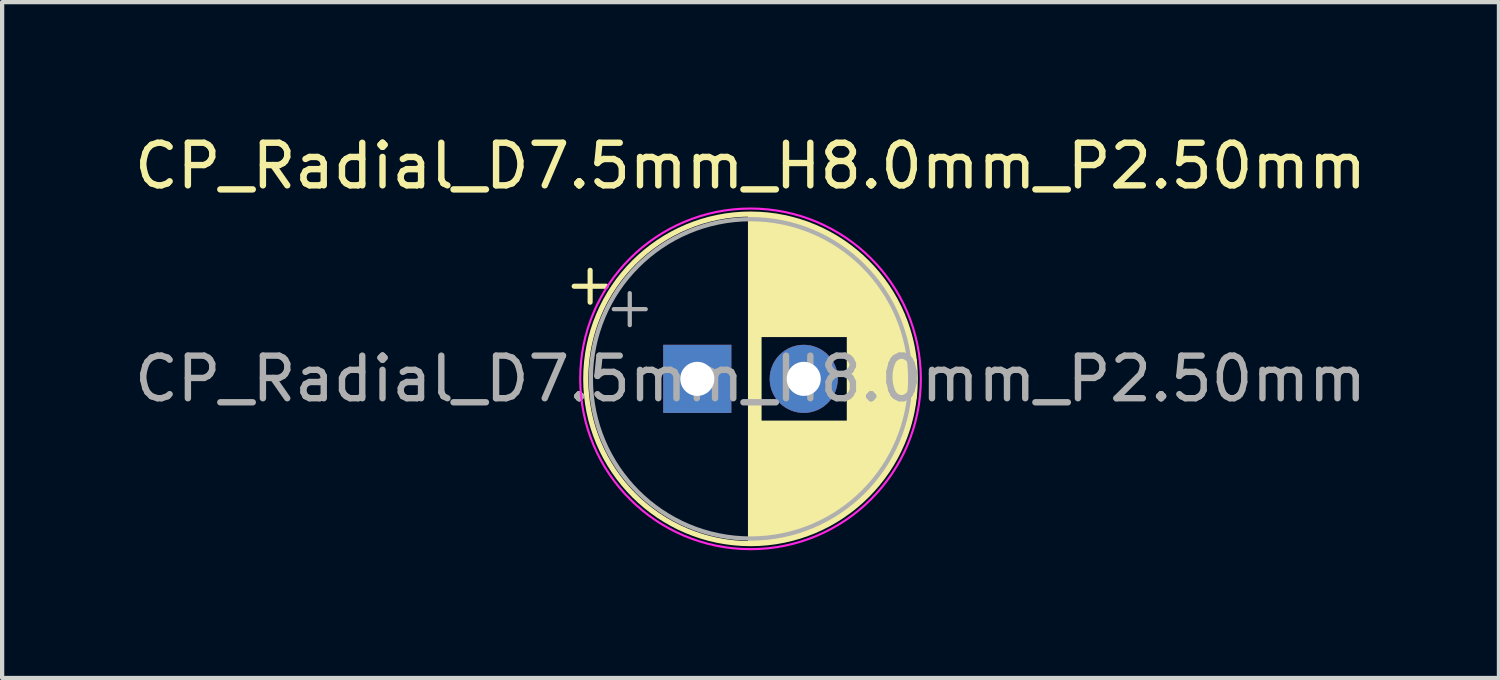
<source format=kicad_pcb>
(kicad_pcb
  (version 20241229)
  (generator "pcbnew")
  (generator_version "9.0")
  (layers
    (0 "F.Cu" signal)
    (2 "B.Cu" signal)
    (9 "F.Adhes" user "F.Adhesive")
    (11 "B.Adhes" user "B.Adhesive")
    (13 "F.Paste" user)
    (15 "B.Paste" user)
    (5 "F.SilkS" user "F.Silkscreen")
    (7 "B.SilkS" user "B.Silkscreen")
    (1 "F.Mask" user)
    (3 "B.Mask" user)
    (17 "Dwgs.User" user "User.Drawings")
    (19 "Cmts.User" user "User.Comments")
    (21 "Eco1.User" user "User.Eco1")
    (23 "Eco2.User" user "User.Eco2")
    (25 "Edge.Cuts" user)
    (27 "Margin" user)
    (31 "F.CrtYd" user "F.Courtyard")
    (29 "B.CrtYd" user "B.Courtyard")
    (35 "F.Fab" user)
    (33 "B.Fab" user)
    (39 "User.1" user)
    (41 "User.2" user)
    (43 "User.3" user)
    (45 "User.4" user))
  (footprint "CP_Radial_D7.5mm_H8.0mm_P2.50mm"
    (layer "F.Cu")
    (at 13.327 5.848)
    (property "Reference" "CP_Radial_D7.5mm_H8.0mm_P2.50mm" (at 1.25 -5 0) (layer "F.SilkS") (effects (font (size 1 1) (thickness 0.15))))
    (attr through_hole)
    (fp_line (start -2.892 -2.175) (end -2.142 -2.175) (stroke (width 0.12) (type solid)) (layer "F.SilkS"))
    (fp_line (start -2.517 -2.55) (end -2.517 -1.8) (stroke (width 0.12) (type solid)) (layer "F.SilkS"))
    (fp_line (start 1.25 -3.83) (end 1.25 3.83) (stroke (width 0.12) (type solid)) (layer "F.SilkS"))
    (fp_line (start 1.29 -3.83) (end 1.29 3.83) (stroke (width 0.12) (type solid)) (layer "F.SilkS"))
    (fp_line (start 1.33 -3.83) (end 1.33 3.83) (stroke (width 0.12) (type solid)) (layer "F.SilkS"))
    (fp_line (start 1.37 -3.829) (end 1.37 3.829) (stroke (width 0.12) (type solid)) (layer "F.SilkS"))
    (fp_line (start 1.41 -3.827) (end 1.41 3.827) (stroke (width 0.12) (type solid)) (layer "F.SilkS"))
    (fp_line (start 1.45 -3.825) (end 1.45 3.825) (stroke (width 0.12) (type solid)) (layer "F.SilkS"))
    (fp_line (start 1.49 -3.823) (end 1.49 -1.04) (stroke (width 0.12) (type solid)) (layer "F.SilkS"))
    (fp_line (start 1.49 1.04) (end 1.49 3.823) (stroke (width 0.12) (type solid)) (layer "F.SilkS"))
    (fp_line (start 1.53 -3.82) (end 1.53 -1.04) (stroke (width 0.12) (type solid)) (layer "F.SilkS"))
    (fp_line (start 1.53 1.04) (end 1.53 3.82) (stroke (width 0.12) (type solid)) (layer "F.SilkS"))
    (fp_line (start 1.57 -3.817) (end 1.57 -1.04) (stroke (width 0.12) (type solid)) (layer "F.SilkS"))
    (fp_line (start 1.57 1.04) (end 1.57 3.817) (stroke (width 0.12) (type solid)) (layer "F.SilkS"))
    (fp_line (start 1.61 -3.814) (end 1.61 -1.04) (stroke (width 0.12) (type solid)) (layer "F.SilkS"))
    (fp_line (start 1.61 1.04) (end 1.61 3.814) (stroke (width 0.12) (type solid)) (layer "F.SilkS"))
    (fp_line (start 1.65 -3.81) (end 1.65 -1.04) (stroke (width 0.12) (type solid)) (layer "F.SilkS"))
    (fp_line (start 1.65 1.04) (end 1.65 3.81) (stroke (width 0.12) (type solid)) (layer "F.SilkS"))
    (fp_line (start 1.69 -3.805) (end 1.69 -1.04) (stroke (width 0.12) (type solid)) (layer "F.SilkS"))
    (fp_line (start 1.69 1.04) (end 1.69 3.805) (stroke (width 0.12) (type solid)) (layer "F.SilkS"))
    (fp_line (start 1.73 -3.801) (end 1.73 -1.04) (stroke (width 0.12) (type solid)) (layer "F.SilkS"))
    (fp_line (start 1.73 1.04) (end 1.73 3.801) (stroke (width 0.12) (type solid)) (layer "F.SilkS"))
    (fp_line (start 1.77 -3.795) (end 1.77 -1.04) (stroke (width 0.12) (type solid)) (layer "F.SilkS"))
    (fp_line (start 1.77 1.04) (end 1.77 3.795) (stroke (width 0.12) (type solid)) (layer "F.SilkS"))
    (fp_line (start 1.81 -3.79) (end 1.81 -1.04) (stroke (width 0.12) (type solid)) (layer "F.SilkS"))
    (fp_line (start 1.81 1.04) (end 1.81 3.79) (stroke (width 0.12) (type solid)) (layer "F.SilkS"))
    (fp_line (start 1.85 -3.784) (end 1.85 -1.04) (stroke (width 0.12) (type solid)) (layer "F.SilkS"))
    (fp_line (start 1.85 1.04) (end 1.85 3.784) (stroke (width 0.12) (type solid)) (layer "F.SilkS"))
    (fp_line (start 1.89 -3.777) (end 1.89 -1.04) (stroke (width 0.12) (type solid)) (layer "F.SilkS"))
    (fp_line (start 1.89 1.04) (end 1.89 3.777) (stroke (width 0.12) (type solid)) (layer "F.SilkS"))
    (fp_line (start 1.93 -3.77) (end 1.93 -1.04) (stroke (width 0.12) (type solid)) (layer "F.SilkS"))
    (fp_line (start 1.93 1.04) (end 1.93 3.77) (stroke (width 0.12) (type solid)) (layer "F.SilkS"))
    (fp_line (start 1.971 -3.763) (end 1.971 -1.04) (stroke (width 0.12) (type solid)) (layer "F.SilkS"))
    (fp_line (start 1.971 1.04) (end 1.971 3.763) (stroke (width 0.12) (type solid)) (layer "F.SilkS"))
    (fp_line (start 2.011 -3.755) (end 2.011 -1.04) (stroke (width 0.12) (type solid)) (layer "F.SilkS"))
    (fp_line (start 2.011 1.04) (end 2.011 3.755) (stroke (width 0.12) (type solid)) (layer "F.SilkS"))
    (fp_line (start 2.051 -3.747) (end 2.051 -1.04) (stroke (width 0.12) (type solid)) (layer "F.SilkS"))
    (fp_line (start 2.051 1.04) (end 2.051 3.747) (stroke (width 0.12) (type solid)) (layer "F.SilkS"))
    (fp_line (start 2.091 -3.738) (end 2.091 -1.04) (stroke (width 0.12) (type solid)) (layer "F.SilkS"))
    (fp_line (start 2.091 1.04) (end 2.091 3.738) (stroke (width 0.12) (type solid)) (layer "F.SilkS"))
    (fp_line (start 2.131 -3.729) (end 2.131 -1.04) (stroke (width 0.12) (type solid)) (layer "F.SilkS"))
    (fp_line (start 2.131 1.04) (end 2.131 3.729) (stroke (width 0.12) (type solid)) (layer "F.SilkS"))
    (fp_line (start 2.171 -3.72) (end 2.171 -1.04) (stroke (width 0.12) (type solid)) (layer "F.SilkS"))
    (fp_line (start 2.171 1.04) (end 2.171 3.72) (stroke (width 0.12) (type solid)) (layer "F.SilkS"))
    (fp_line (start 2.211 -3.71) (end 2.211 -1.04) (stroke (width 0.12) (type solid)) (layer "F.SilkS"))
    (fp_line (start 2.211 1.04) (end 2.211 3.71) (stroke (width 0.12) (type solid)) (layer "F.SilkS"))
    (fp_line (start 2.251 -3.699) (end 2.251 -1.04) (stroke (width 0.12) (type solid)) (layer "F.SilkS"))
    (fp_line (start 2.251 1.04) (end 2.251 3.699) (stroke (width 0.12) (type solid)) (layer "F.SilkS"))
    (fp_line (start 2.291 -3.688) (end 2.291 -1.04) (stroke (width 0.12) (type solid)) (layer "F.SilkS"))
    (fp_line (start 2.291 1.04) (end 2.291 3.688) (stroke (width 0.12) (type solid)) (layer "F.SilkS"))
    (fp_line (start 2.331 -3.677) (end 2.331 -1.04) (stroke (width 0.12) (type solid)) (layer "F.SilkS"))
    (fp_line (start 2.331 1.04) (end 2.331 3.677) (stroke (width 0.12) (type solid)) (layer "F.SilkS"))
    (fp_line (start 2.371 -3.665) (end 2.371 -1.04) (stroke (width 0.12) (type solid)) (layer "F.SilkS"))
    (fp_line (start 2.371 1.04) (end 2.371 3.665) (stroke (width 0.12) (type solid)) (layer "F.SilkS"))
    (fp_line (start 2.411 -3.653) (end 2.411 -1.04) (stroke (width 0.12) (type solid)) (layer "F.SilkS"))
    (fp_line (start 2.411 1.04) (end 2.411 3.653) (stroke (width 0.12) (type solid)) (layer "F.SilkS"))
    (fp_line (start 2.451 -3.64) (end 2.451 -1.04) (stroke (width 0.12) (type solid)) (layer "F.SilkS"))
    (fp_line (start 2.451 1.04) (end 2.451 3.64) (stroke (width 0.12) (type solid)) (layer "F.SilkS"))
    (fp_line (start 2.491 -3.626) (end 2.491 -1.04) (stroke (width 0.12) (type solid)) (layer "F.SilkS"))
    (fp_line (start 2.491 1.04) (end 2.491 3.626) (stroke (width 0.12) (type solid)) (layer "F.SilkS"))
    (fp_line (start 2.531 -3.613) (end 2.531 -1.04) (stroke (width 0.12) (type solid)) (layer "F.SilkS"))
    (fp_line (start 2.531 1.04) (end 2.531 3.613) (stroke (width 0.12) (type solid)) (layer "F.SilkS"))
    (fp_line (start 2.571 -3.598) (end 2.571 -1.04) (stroke (width 0.12) (type solid)) (layer "F.SilkS"))
    (fp_line (start 2.571 1.04) (end 2.571 3.598) (stroke (width 0.12) (type solid)) (layer "F.SilkS"))
    (fp_line (start 2.611 -3.584) (end 2.611 -1.04) (stroke (width 0.12) (type solid)) (layer "F.SilkS"))
    (fp_line (start 2.611 1.04) (end 2.611 3.584) (stroke (width 0.12) (type solid)) (layer "F.SilkS"))
    (fp_line (start 2.651 -3.568) (end 2.651 -1.04) (stroke (width 0.12) (type solid)) (layer "F.SilkS"))
    (fp_line (start 2.651 1.04) (end 2.651 3.568) (stroke (width 0.12) (type solid)) (layer "F.SilkS"))
    (fp_line (start 2.691 -3.553) (end 2.691 -1.04) (stroke (width 0.12) (type solid)) (layer "F.SilkS"))
    (fp_line (start 2.691 1.04) (end 2.691 3.553) (stroke (width 0.12) (type solid)) (layer "F.SilkS"))
    (fp_line (start 2.731 -3.536) (end 2.731 -1.04) (stroke (width 0.12) (type solid)) (layer "F.SilkS"))
    (fp_line (start 2.731 1.04) (end 2.731 3.536) (stroke (width 0.12) (type solid)) (layer "F.SilkS"))
    (fp_line (start 2.771 -3.52) (end 2.771 -1.04) (stroke (width 0.12) (type solid)) (layer "F.SilkS"))
    (fp_line (start 2.771 1.04) (end 2.771 3.52) (stroke (width 0.12) (type solid)) (layer "F.SilkS"))
    (fp_line (start 2.811 -3.502) (end 2.811 -1.04) (stroke (width 0.12) (type solid)) (layer "F.SilkS"))
    (fp_line (start 2.811 1.04) (end 2.811 3.502) (stroke (width 0.12) (type solid)) (layer "F.SilkS"))
    (fp_line (start 2.851 -3.484) (end 2.851 -1.04) (stroke (width 0.12) (type solid)) (layer "F.SilkS"))
    (fp_line (start 2.851 1.04) (end 2.851 3.484) (stroke (width 0.12) (type solid)) (layer "F.SilkS"))
    (fp_line (start 2.891 -3.466) (end 2.891 -1.04) (stroke (width 0.12) (type solid)) (layer "F.SilkS"))
    (fp_line (start 2.891 1.04) (end 2.891 3.466) (stroke (width 0.12) (type solid)) (layer "F.SilkS"))
    (fp_line (start 2.931 -3.447) (end 2.931 -1.04) (stroke (width 0.12) (type solid)) (layer "F.SilkS"))
    (fp_line (start 2.931 1.04) (end 2.931 3.447) (stroke (width 0.12) (type solid)) (layer "F.SilkS"))
    (fp_line (start 2.971 -3.427) (end 2.971 -1.04) (stroke (width 0.12) (type solid)) (layer "F.SilkS"))
    (fp_line (start 2.971 1.04) (end 2.971 3.427) (stroke (width 0.12) (type solid)) (layer "F.SilkS"))
    (fp_line (start 3.011 -3.407) (end 3.011 -1.04) (stroke (width 0.12) (type solid)) (layer "F.SilkS"))
    (fp_line (start 3.011 1.04) (end 3.011 3.407) (stroke (width 0.12) (type solid)) (layer "F.SilkS"))
    (fp_line (start 3.051 -3.386) (end 3.051 -1.04) (stroke (width 0.12) (type solid)) (layer "F.SilkS"))
    (fp_line (start 3.051 1.04) (end 3.051 3.386) (stroke (width 0.12) (type solid)) (layer "F.SilkS"))
    (fp_line (start 3.091 -3.365) (end 3.091 -1.04) (stroke (width 0.12) (type solid)) (layer "F.SilkS"))
    (fp_line (start 3.091 1.04) (end 3.091 3.365) (stroke (width 0.12) (type solid)) (layer "F.SilkS"))
    (fp_line (start 3.131 -3.343) (end 3.131 -1.04) (stroke (width 0.12) (type solid)) (layer "F.SilkS"))
    (fp_line (start 3.131 1.04) (end 3.131 3.343) (stroke (width 0.12) (type solid)) (layer "F.SilkS"))
    (fp_line (start 3.171 -3.321) (end 3.171 -1.04) (stroke (width 0.12) (type solid)) (layer "F.SilkS"))
    (fp_line (start 3.171 1.04) (end 3.171 3.321) (stroke (width 0.12) (type solid)) (layer "F.SilkS"))
    (fp_line (start 3.211 -3.297) (end 3.211 -1.04) (stroke (width 0.12) (type solid)) (layer "F.SilkS"))
    (fp_line (start 3.211 1.04) (end 3.211 3.297) (stroke (width 0.12) (type solid)) (layer "F.SilkS"))
    (fp_line (start 3.251 -3.274) (end 3.251 -1.04) (stroke (width 0.12) (type solid)) (layer "F.SilkS"))
    (fp_line (start 3.251 1.04) (end 3.251 3.274) (stroke (width 0.12) (type solid)) (layer "F.SilkS"))
    (fp_line (start 3.291 -3.249) (end 3.291 -1.04) (stroke (width 0.12) (type solid)) (layer "F.SilkS"))
    (fp_line (start 3.291 1.04) (end 3.291 3.249) (stroke (width 0.12) (type solid)) (layer "F.SilkS"))
    (fp_line (start 3.331 -3.224) (end 3.331 -1.04) (stroke (width 0.12) (type solid)) (layer "F.SilkS"))
    (fp_line (start 3.331 1.04) (end 3.331 3.224) (stroke (width 0.12) (type solid)) (layer "F.SilkS"))
    (fp_line (start 3.371 -3.198) (end 3.371 -1.04) (stroke (width 0.12) (type solid)) (layer "F.SilkS"))
    (fp_line (start 3.371 1.04) (end 3.371 3.198) (stroke (width 0.12) (type solid)) (layer "F.SilkS"))
    (fp_line (start 3.411 -3.172) (end 3.411 -1.04) (stroke (width 0.12) (type solid)) (layer "F.SilkS"))
    (fp_line (start 3.411 1.04) (end 3.411 3.172) (stroke (width 0.12) (type solid)) (layer "F.SilkS"))
    (fp_line (start 3.451 -3.144) (end 3.451 -1.04) (stroke (width 0.12) (type solid)) (layer "F.SilkS"))
    (fp_line (start 3.451 1.04) (end 3.451 3.144) (stroke (width 0.12) (type solid)) (layer "F.SilkS"))
    (fp_line (start 3.491 -3.116) (end 3.491 -1.04) (stroke (width 0.12) (type solid)) (layer "F.SilkS"))
    (fp_line (start 3.491 1.04) (end 3.491 3.116) (stroke (width 0.12) (type solid)) (layer "F.SilkS"))
    (fp_line (start 3.531 -3.088) (end 3.531 -1.04) (stroke (width 0.12) (type solid)) (layer "F.SilkS"))
    (fp_line (start 3.531 1.04) (end 3.531 3.088) (stroke (width 0.12) (type solid)) (layer "F.SilkS"))
    (fp_line (start 3.571 -3.058) (end 3.571 3.058) (stroke (width 0.12) (type solid)) (layer "F.SilkS"))
    (fp_line (start 3.611 -3.028) (end 3.611 3.028) (stroke (width 0.12) (type solid)) (layer "F.SilkS"))
    (fp_line (start 3.651 -2.996) (end 3.651 2.996) (stroke (width 0.12) (type solid)) (layer "F.SilkS"))
    (fp_line (start 3.691 -2.964) (end 3.691 2.964) (stroke (width 0.12) (type solid)) (layer "F.SilkS"))
    (fp_line (start 3.731 -2.931) (end 3.731 2.931) (stroke (width 0.12) (type solid)) (layer "F.SilkS"))
    (fp_line (start 3.771 -2.898) (end 3.771 2.898) (stroke (width 0.12) (type solid)) (layer "F.SilkS"))
    (fp_line (start 3.811 -2.863) (end 3.811 2.863) (stroke (width 0.12) (type solid)) (layer "F.SilkS"))
    (fp_line (start 3.851 -2.827) (end 3.851 2.827) (stroke (width 0.12) (type solid)) (layer "F.SilkS"))
    (fp_line (start 3.891 -2.79) (end 3.891 2.79) (stroke (width 0.12) (type solid)) (layer "F.SilkS"))
    (fp_line (start 3.931 -2.752) (end 3.931 2.752) (stroke (width 0.12) (type solid)) (layer "F.SilkS"))
    (fp_line (start 3.971 -2.713) (end 3.971 2.713) (stroke (width 0.12) (type solid)) (layer "F.SilkS"))
    (fp_line (start 4.011 -2.673) (end 4.011 2.673) (stroke (width 0.12) (type solid)) (layer "F.SilkS"))
    (fp_line (start 4.051 -2.632) (end 4.051 2.632) (stroke (width 0.12) (type solid)) (layer "F.SilkS"))
    (fp_line (start 4.091 -2.589) (end 4.091 2.589) (stroke (width 0.12) (type solid)) (layer "F.SilkS"))
    (fp_line (start 4.131 -2.546) (end 4.131 2.546) (stroke (width 0.12) (type solid)) (layer "F.SilkS"))
    (fp_line (start 4.171 -2.5) (end 4.171 2.5) (stroke (width 0.12) (type solid)) (layer "F.SilkS"))
    (fp_line (start 4.211 -2.454) (end 4.211 2.454) (stroke (width 0.12) (type solid)) (layer "F.SilkS"))
    (fp_line (start 4.251 -2.405) (end 4.251 2.405) (stroke (width 0.12) (type solid)) (layer "F.SilkS"))
    (fp_line (start 4.291 -2.355) (end 4.291 2.355) (stroke (width 0.12) (type solid)) (layer "F.SilkS"))
    (fp_line (start 4.331 -2.304) (end 4.331 2.304) (stroke (width 0.12) (type solid)) (layer "F.SilkS"))
    (fp_line (start 4.371 -2.25) (end 4.371 2.25) (stroke (width 0.12) (type solid)) (layer "F.SilkS"))
    (fp_line (start 4.411 -2.195) (end 4.411 2.195) (stroke (width 0.12) (type solid)) (layer "F.SilkS"))
    (fp_line (start 4.451 -2.137) (end 4.451 2.137) (stroke (width 0.12) (type solid)) (layer "F.SilkS"))
    (fp_line (start 4.491 -2.077) (end 4.491 2.077) (stroke (width 0.12) (type solid)) (layer "F.SilkS"))
    (fp_line (start 4.531 -2.014) (end 4.531 2.014) (stroke (width 0.12) (type solid)) (layer "F.SilkS"))
    (fp_line (start 4.571 -1.949) (end 4.571 1.949) (stroke (width 0.12) (type solid)) (layer "F.SilkS"))
    (fp_line (start 4.611 -1.881) (end 4.611 1.881) (stroke (width 0.12) (type solid)) (layer "F.SilkS"))
    (fp_line (start 4.651 -1.809) (end 4.651 1.809) (stroke (width 0.12) (type solid)) (layer "F.SilkS"))
    (fp_line (start 4.691 -1.733) (end 4.691 1.733) (stroke (width 0.12) (type solid)) (layer "F.SilkS"))
    (fp_line (start 4.731 -1.654) (end 4.731 1.654) (stroke (width 0.12) (type solid)) (layer "F.SilkS"))
    (fp_line (start 4.771 -1.569) (end 4.771 1.569) (stroke (width 0.12) (type solid)) (layer "F.SilkS"))
    (fp_line (start 4.811 -1.478) (end 4.811 1.478) (stroke (width 0.12) (type solid)) (layer "F.SilkS"))
    (fp_line (start 4.851 -1.381) (end 4.851 1.381) (stroke (width 0.12) (type solid)) (layer "F.SilkS"))
    (fp_line (start 4.891 -1.275) (end 4.891 1.275) (stroke (width 0.12) (type solid)) (layer "F.SilkS"))
    (fp_line (start 4.931 -1.158) (end 4.931 1.158) (stroke (width 0.12) (type solid)) (layer "F.SilkS"))
    (fp_line (start 4.971 -1.028) (end 4.971 1.028) (stroke (width 0.12) (type solid)) (layer "F.SilkS"))
    (fp_line (start 5.011 -0.877) (end 5.011 0.877) (stroke (width 0.12) (type solid)) (layer "F.SilkS"))
    (fp_line (start 5.051 -0.693) (end 5.051 0.693) (stroke (width 0.12) (type solid)) (layer "F.SilkS"))
    (fp_line (start 5.091 -0.441) (end 5.091 0.441) (stroke (width 0.12) (type solid)) (layer "F.SilkS"))
    (fp_circle (center 1.25 0) (end 5.12 0) (stroke (width 0.12) (type solid)) (fill no) (layer "F.SilkS"))
    (fp_circle (center 1.25 0) (end 5.25 0) (stroke (width 0.05) (type solid)) (fill no) (layer "F.CrtYd"))
    (fp_line (start -1.961 -1.637) (end -1.211 -1.637) (stroke (width 0.1) (type solid)) (layer "F.Fab"))
    (fp_line (start -1.586 -2.013) (end -1.586 -1.262) (stroke (width 0.1) (type solid)) (layer "F.Fab"))
    (fp_circle (center 1.25 0) (end 5 0) (stroke (width 0.1) (type solid)) (fill no) (layer "F.Fab"))
    (fp_text user "${REFERENCE}" (at 1.25 0 0) (layer "F.Fab") (effects (font (size 1 1) (thickness 0.15))))
    (pad "1" thru_hole rect (at 0 0) (size 1.6 1.6) (drill 0.8) (layers "*.Cu" "*.Mask"))
    (pad "2" thru_hole circle (at 2.5 0) (size 1.6 1.6) (drill 0.8) (layers "*.Cu" "*.Mask")))
  (gr_rect
    (start -3 -3)
    (end 32.155 12.873)
    (stroke (width 0.1) (type default))
    (fill no)
    (layer "Edge.Cuts")))
</source>
